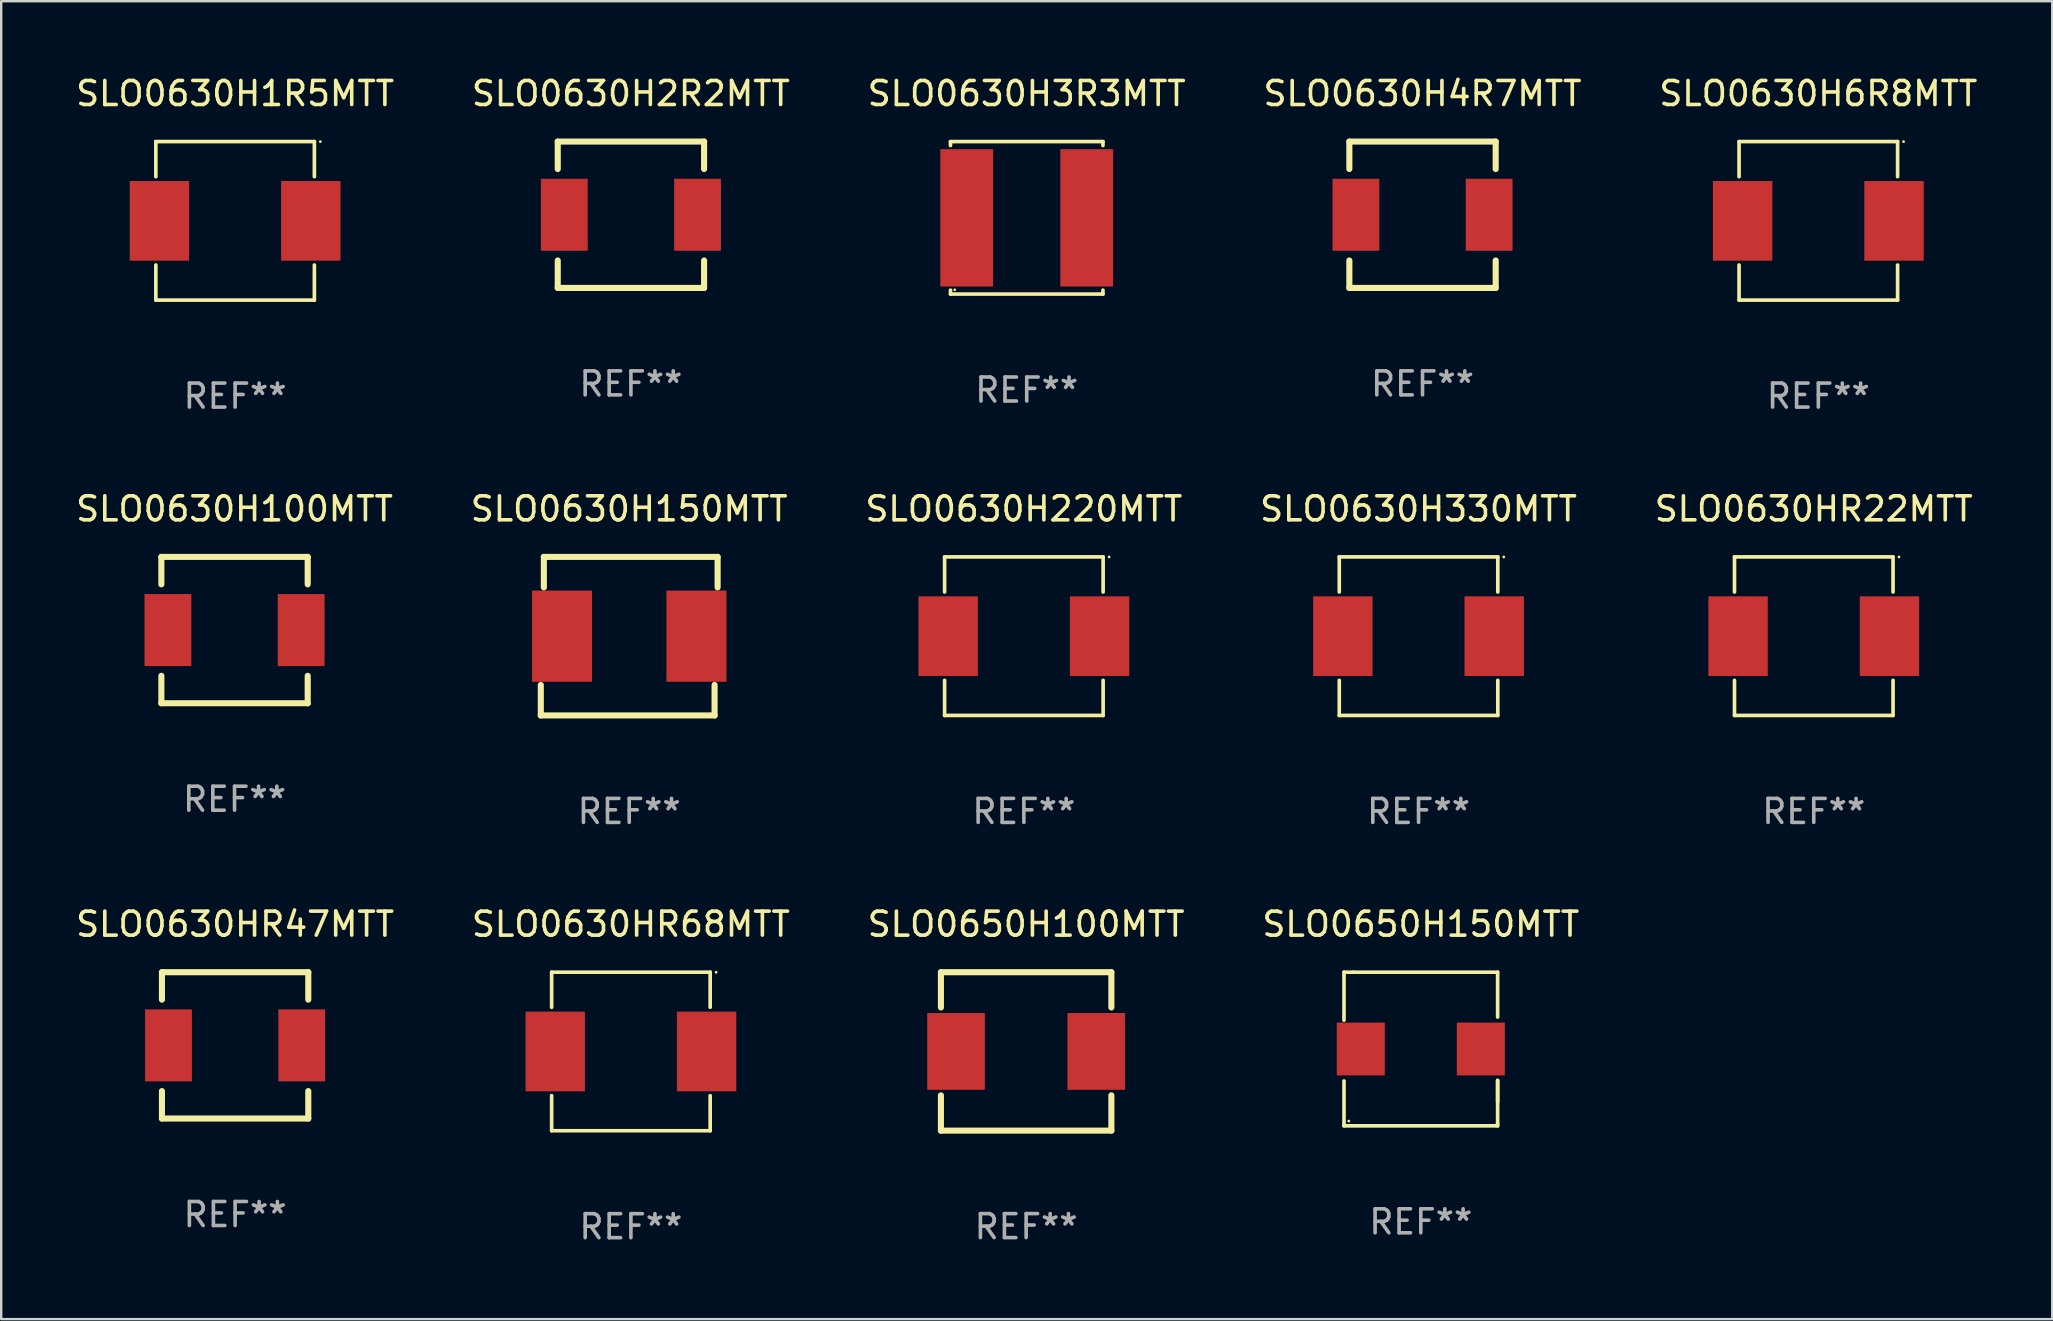
<source format=kicad_pcb>
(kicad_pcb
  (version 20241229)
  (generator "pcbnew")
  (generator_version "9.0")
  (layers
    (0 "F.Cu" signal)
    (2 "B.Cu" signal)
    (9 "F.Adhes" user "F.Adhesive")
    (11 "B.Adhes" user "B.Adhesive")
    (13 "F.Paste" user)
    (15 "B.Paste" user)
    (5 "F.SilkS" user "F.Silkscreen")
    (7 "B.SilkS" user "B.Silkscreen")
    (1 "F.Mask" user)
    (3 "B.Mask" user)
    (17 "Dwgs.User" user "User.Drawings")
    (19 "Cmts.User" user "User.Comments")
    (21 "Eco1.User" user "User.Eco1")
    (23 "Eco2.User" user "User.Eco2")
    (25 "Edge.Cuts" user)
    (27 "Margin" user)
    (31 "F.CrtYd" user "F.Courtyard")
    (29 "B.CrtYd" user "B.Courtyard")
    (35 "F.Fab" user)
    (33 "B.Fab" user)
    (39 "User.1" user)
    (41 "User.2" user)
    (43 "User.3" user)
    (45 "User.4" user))
  (footprint "SLO0630HR47MTT"
    (layer "F.Cu")
    (at 6.744 40.497)
    (property "Reference" "SLO0630HR47MTT" (at 0 -5.048 0) (layer "F.SilkS") (effects (font (size 1 1) (thickness 0.15))))
    (attr through_hole)
    (fp_line (start -3.048 -3.048) (end 3.048 -3.048) (stroke (width 0.254) (type solid)) (layer "F.SilkS"))
    (fp_line (start -3.048 -1.905) (end -3.048 -3.048) (stroke (width 0.254) (type solid)) (layer "F.SilkS"))
    (fp_line (start -3.048 3.048) (end -3.048 1.905) (stroke (width 0.254) (type solid)) (layer "F.SilkS"))
    (fp_line (start 3.048 -3.048) (end 3.048 -1.905) (stroke (width 0.254) (type solid)) (layer "F.SilkS"))
    (fp_line (start 3.048 1.905) (end 3.048 3.048) (stroke (width 0.254) (type solid)) (layer "F.SilkS"))
    (fp_line (start 3.048 3.048) (end -3.048 3.048) (stroke (width 0.254) (type solid)) (layer "F.SilkS"))
    (fp_circle (center 3 -3) (end 3.03 -3) (stroke (width 0.06) (type solid)) (fill no) (layer "F.SilkS"))
    (fp_text user "REF**" (at 0 7.048 0) (layer "F.Fab") (effects (font (size 1 1) (thickness 0.15))))
    (pad "1" smd rect (at 2.775 0) (size 1.95 3) (layers "F.Cu" "F.Mask" "F.Paste"))
    (pad "2" smd rect (at -2.775 0) (size 1.95 3) (layers "F.Cu" "F.Mask" "F.Paste")))
  (footprint "SLO0630H1R5MTT"
    (layer "F.Cu")
    (at 6.744 6.15)
    (property "Reference" "SLO0630H1R5MTT" (at 0 -5.302 0) (layer "F.SilkS") (effects (font (size 1 1) (thickness 0.15))))
    (attr through_hole)
    (fp_line (start -3.302 -3.302) (end -3.302 -1.84) (stroke (width 0.152) (type solid)) (layer "F.SilkS"))
    (fp_line (start -3.302 1.84) (end -3.302 3.302) (stroke (width 0.152) (type solid)) (layer "F.SilkS"))
    (fp_line (start -3.302 3.302) (end 3.302 3.302) (stroke (width 0.152) (type solid)) (layer "F.SilkS"))
    (fp_line (start 3.302 -3.302) (end -3.302 -3.302) (stroke (width 0.152) (type solid)) (layer "F.SilkS"))
    (fp_line (start 3.302 -1.84) (end 3.302 -3.302) (stroke (width 0.152) (type solid)) (layer "F.SilkS"))
    (fp_line (start 3.302 3.302) (end 3.302 1.84) (stroke (width 0.152) (type solid)) (layer "F.SilkS"))
    (fp_circle (center 3.55 -3.3) (end 3.58 -3.3) (stroke (width 0.06) (type solid)) (fill no) (layer "F.SilkS"))
    (fp_text user "REF**" (at 0 7.302 0) (layer "F.Fab") (effects (font (size 1 1) (thickness 0.15))))
    (pad "1" smd rect (at 3.153 0) (size 2.474 3.32) (layers "F.Cu" "F.Mask" "F.Paste"))
    (pad "2" smd rect (at -3.153 0) (size 2.474 3.32) (layers "F.Cu" "F.Mask" "F.Paste")))
  (footprint "SLO0630H6R8MTT"
    (layer "F.Cu")
    (at 72.696 6.15)
    (property "Reference" "SLO0630H6R8MTT" (at 0 -5.302 0) (layer "F.SilkS") (effects (font (size 1 1) (thickness 0.15))))
    (attr through_hole)
    (fp_line (start -3.302 -3.302) (end -3.302 -1.84) (stroke (width 0.152) (type solid)) (layer "F.SilkS"))
    (fp_line (start -3.302 1.84) (end -3.302 3.302) (stroke (width 0.152) (type solid)) (layer "F.SilkS"))
    (fp_line (start -3.302 3.302) (end 3.302 3.302) (stroke (width 0.152) (type solid)) (layer "F.SilkS"))
    (fp_line (start 3.302 -3.302) (end -3.302 -3.302) (stroke (width 0.152) (type solid)) (layer "F.SilkS"))
    (fp_line (start 3.302 -1.84) (end 3.302 -3.302) (stroke (width 0.152) (type solid)) (layer "F.SilkS"))
    (fp_line (start 3.302 3.302) (end 3.302 1.84) (stroke (width 0.152) (type solid)) (layer "F.SilkS"))
    (fp_circle (center 3.55 -3.3) (end 3.58 -3.3) (stroke (width 0.06) (type solid)) (fill no) (layer "F.SilkS"))
    (fp_text user "REF**" (at 0 7.302 0) (layer "F.Fab") (effects (font (size 1 1) (thickness 0.15))))
    (pad "1" smd rect (at 3.153 0) (size 2.474 3.32) (layers "F.Cu" "F.Mask" "F.Paste"))
    (pad "2" smd rect (at -3.153 0) (size 2.474 3.32) (layers "F.Cu" "F.Mask" "F.Paste")))
  (footprint "SLO0650H150MTT"
    (layer "F.Cu")
    (at 56.137 40.649)
    (property "Reference" "SLO0650H150MTT" (at 0 -5.2 0) (layer "F.SilkS") (effects (font (size 1 1) (thickness 0.15))))
    (attr through_hole)
    (fp_line (start -3.2 -1.2) (end -3.2 -3.2) (stroke (width 0.152) (type solid)) (layer "F.SilkS"))
    (fp_line (start -3.2 3.2) (end -3.2 1.331) (stroke (width 0.152) (type solid)) (layer "F.SilkS"))
    (fp_line (start -2.8 -3.2) (end -3.2 -3.2) (stroke (width 0.152) (type solid)) (layer "F.SilkS"))
    (fp_line (start -2.8 -3.2) (end 3.2 -3.2) (stroke (width 0.152) (type solid)) (layer "F.SilkS"))
    (fp_line (start 3.2 -3.2) (end 3.2 -1.331) (stroke (width 0.152) (type solid)) (layer "F.SilkS"))
    (fp_line (start 3.2 1.3) (end 3.2 3.1) (stroke (width 0.152) (type solid)) (layer "F.SilkS"))
    (fp_line (start 3.2 1.331) (end 3.2 2.2) (stroke (width 0.152) (type solid)) (layer "F.SilkS"))
    (fp_line (start 3.2 3.1) (end 3.2 3.2) (stroke (width 0.152) (type solid)) (layer "F.SilkS"))
    (fp_line (start 3.2 3.2) (end -3.2 3.2) (stroke (width 0.152) (type solid)) (layer "F.SilkS"))
    (fp_circle (center -3 3) (end -2.97 3) (stroke (width 0.06) (type solid)) (fill no) (layer "F.SilkS"))
    (fp_text user "REF**" (at 0 7.2 0) (layer "F.Fab") (effects (font (size 1 1) (thickness 0.15))))
    (pad "1" smd rect (at -2.5 -0.000025 180) (size 2 2.2) (layers "F.Cu" "F.Mask" "F.Paste"))
    (pad "2" smd rect (at 2.5 -0.000025 180) (size 2 2.2) (layers "F.Cu" "F.Mask" "F.Paste")))
  (footprint "SLO0630H150MTT"
    (layer "F.Cu")
    (at 23.161 23.451)
    (property "Reference" "SLO0630H150MTT" (at 0 -5.302 0) (layer "F.SilkS") (effects (font (size 1 1) (thickness 0.15))))
    (attr through_hole)
    (fp_line (start -3.683 3.302) (end -3.683 2.032) (stroke (width 0.254) (type solid)) (layer "F.SilkS"))
    (fp_line (start -3.556 -3.302) (end 3.683 -3.302) (stroke (width 0.254) (type solid)) (layer "F.SilkS"))
    (fp_line (start -3.556 -2.032) (end -3.556 -3.302) (stroke (width 0.254) (type solid)) (layer "F.SilkS"))
    (fp_line (start 3.556 2.032) (end 3.556 3.302) (stroke (width 0.254) (type solid)) (layer "F.SilkS"))
    (fp_line (start 3.556 3.302) (end -3.683 3.302) (stroke (width 0.254) (type solid)) (layer "F.SilkS"))
    (fp_line (start 3.683 -3.302) (end 3.683 -2.032) (stroke (width 0.254) (type solid)) (layer "F.SilkS"))
    (fp_circle (center -3.55 3.3) (end -3.52 3.3) (stroke (width 0.06) (type solid)) (fill no) (layer "F.SilkS"))
    (fp_text user "REF**" (at 0 7.302 0) (layer "F.Fab") (effects (font (size 1 1) (thickness 0.15))))
    (pad "1" smd rect (at -2.8 0) (size 2.5 3.8) (layers "F.Cu" "F.Mask" "F.Paste"))
    (pad "2" smd rect (at 2.8 0) (size 2.5 3.8) (layers "F.Cu" "F.Mask" "F.Paste")))
  (footprint "SLO0630H220MTT"
    (layer "F.Cu")
    (at 39.601 23.451)
    (property "Reference" "SLO0630H220MTT" (at 0 -5.302 0) (layer "F.SilkS") (effects (font (size 1 1) (thickness 0.15))))
    (attr through_hole)
    (fp_line (start -3.302 -3.302) (end -3.302 -1.84) (stroke (width 0.152) (type solid)) (layer "F.SilkS"))
    (fp_line (start -3.302 1.84) (end -3.302 3.302) (stroke (width 0.152) (type solid)) (layer "F.SilkS"))
    (fp_line (start -3.302 3.302) (end 3.302 3.302) (stroke (width 0.152) (type solid)) (layer "F.SilkS"))
    (fp_line (start 3.302 -3.302) (end -3.302 -3.302) (stroke (width 0.152) (type solid)) (layer "F.SilkS"))
    (fp_line (start 3.302 -1.84) (end 3.302 -3.302) (stroke (width 0.152) (type solid)) (layer "F.SilkS"))
    (fp_line (start 3.302 3.302) (end 3.302 1.84) (stroke (width 0.152) (type solid)) (layer "F.SilkS"))
    (fp_circle (center 3.55 -3.3) (end 3.58 -3.3) (stroke (width 0.06) (type solid)) (fill no) (layer "F.SilkS"))
    (fp_text user "REF**" (at 0 7.302 0) (layer "F.Fab") (effects (font (size 1 1) (thickness 0.15))))
    (pad "1" smd rect (at 3.153 0) (size 2.474 3.32) (layers "F.Cu" "F.Mask" "F.Paste"))
    (pad "2" smd rect (at -3.153 0) (size 2.474 3.32) (layers "F.Cu" "F.Mask" "F.Paste")))
  (footprint "SLO0630H2R2MTT"
    (layer "F.Cu")
    (at 23.232 5.896)
    (property "Reference" "SLO0630H2R2MTT" (at 0 -5.048 0) (layer "F.SilkS") (effects (font (size 1 1) (thickness 0.15))))
    (attr through_hole)
    (fp_line (start -3.048 -3.048) (end 3.048 -3.048) (stroke (width 0.254) (type solid)) (layer "F.SilkS"))
    (fp_line (start -3.048 -1.905) (end -3.048 -3.048) (stroke (width 0.254) (type solid)) (layer "F.SilkS"))
    (fp_line (start -3.048 3.048) (end -3.048 1.905) (stroke (width 0.254) (type solid)) (layer "F.SilkS"))
    (fp_line (start 3.048 -3.048) (end 3.048 -1.905) (stroke (width 0.254) (type solid)) (layer "F.SilkS"))
    (fp_line (start 3.048 1.905) (end 3.048 3.048) (stroke (width 0.254) (type solid)) (layer "F.SilkS"))
    (fp_line (start 3.048 3.048) (end -3.048 3.048) (stroke (width 0.254) (type solid)) (layer "F.SilkS"))
    (fp_circle (center 3 -3) (end 3.03 -3) (stroke (width 0.06) (type solid)) (fill no) (layer "F.SilkS"))
    (fp_text user "REF**" (at 0 7.048 0) (layer "F.Fab") (effects (font (size 1 1) (thickness 0.15))))
    (pad "1" smd rect (at 2.775 0) (size 1.95 3) (layers "F.Cu" "F.Mask" "F.Paste"))
    (pad "2" smd rect (at -2.775 0) (size 1.95 3) (layers "F.Cu" "F.Mask" "F.Paste")))
  (footprint "SLO0630H330MTT"
    (layer "F.Cu")
    (at 56.042 23.451)
    (property "Reference" "SLO0630H330MTT" (at 0 -5.302 0) (layer "F.SilkS") (effects (font (size 1 1) (thickness 0.15))))
    (attr through_hole)
    (fp_line (start -3.302 -3.302) (end -3.302 -1.84) (stroke (width 0.152) (type solid)) (layer "F.SilkS"))
    (fp_line (start -3.302 1.84) (end -3.302 3.302) (stroke (width 0.152) (type solid)) (layer "F.SilkS"))
    (fp_line (start -3.302 3.302) (end 3.302 3.302) (stroke (width 0.152) (type solid)) (layer "F.SilkS"))
    (fp_line (start 3.302 -3.302) (end -3.302 -3.302) (stroke (width 0.152) (type solid)) (layer "F.SilkS"))
    (fp_line (start 3.302 -1.84) (end 3.302 -3.302) (stroke (width 0.152) (type solid)) (layer "F.SilkS"))
    (fp_line (start 3.302 3.302) (end 3.302 1.84) (stroke (width 0.152) (type solid)) (layer "F.SilkS"))
    (fp_circle (center 3.55 -3.3) (end 3.58 -3.3) (stroke (width 0.06) (type solid)) (fill no) (layer "F.SilkS"))
    (fp_text user "REF**" (at 0 7.302 0) (layer "F.Fab") (effects (font (size 1 1) (thickness 0.15))))
    (pad "1" smd rect (at 3.153 0) (size 2.474 3.32) (layers "F.Cu" "F.Mask" "F.Paste"))
    (pad "2" smd rect (at -3.153 0) (size 2.474 3.32) (layers "F.Cu" "F.Mask" "F.Paste")))
  (footprint "SLO0630H3R3MTT"
    (layer "F.Cu")
    (at 39.72 6.024)
    (property "Reference" "SLO0630H3R3MTT" (at 0 -5.176 0) (layer "F.SilkS") (effects (font (size 1 1) (thickness 0.15))))
    (attr through_hole)
    (fp_line (start -3.176 -3.176) (end 3.176 -3.176) (stroke (width 0.152) (type solid)) (layer "F.SilkS"))
    (fp_line (start -3.176 -3.012) (end -3.176 -3.176) (stroke (width 0.152) (type solid)) (layer "F.SilkS"))
    (fp_line (start -3.176 3.012) (end -3.176 3.176) (stroke (width 0.152) (type solid)) (layer "F.SilkS"))
    (fp_line (start -3.176 3.176) (end 3.176 3.176) (stroke (width 0.152) (type solid)) (layer "F.SilkS"))
    (fp_line (start 3.176 -3.176) (end 3.176 -3.012) (stroke (width 0.152) (type solid)) (layer "F.SilkS"))
    (fp_line (start 3.176 3.176) (end 3.176 3.012) (stroke (width 0.152) (type solid)) (layer "F.SilkS"))
    (fp_circle (center -3 3) (end -2.97 3) (stroke (width 0.06) (type solid)) (fill no) (layer "F.SilkS"))
    (fp_text user "REF**" (at 0 7.176 0) (layer "F.Fab") (effects (font (size 1 1) (thickness 0.15))))
    (pad "1" smd rect (at -2.5 0) (size 2.2 5.72) (layers "F.Cu" "F.Mask" "F.Paste"))
    (pad "2" smd rect (at 2.5 0) (size 2.2 5.72) (layers "F.Cu" "F.Mask" "F.Paste")))
  (footprint "SLO0650H100MTT"
    (layer "F.Cu")
    (at 39.696 40.749)
    (property "Reference" "SLO0650H100MTT" (at 0 -5.3 0) (layer "F.SilkS") (effects (font (size 1 1) (thickness 0.15))))
    (attr through_hole)
    (fp_line (start -3.55 -3.3) (end 3.55 -3.3) (stroke (width 0.254) (type solid)) (layer "F.SilkS"))
    (fp_line (start -3.55 -1.831) (end -3.55 -3.3) (stroke (width 0.254) (type solid)) (layer "F.SilkS"))
    (fp_line (start -3.55 3.3) (end -3.55 1.831) (stroke (width 0.254) (type solid)) (layer "F.SilkS"))
    (fp_line (start -3.55 3.3) (end 3.55 3.3) (stroke (width 0.254) (type solid)) (layer "F.SilkS"))
    (fp_line (start 3.55 -1.831) (end 3.55 -3.3) (stroke (width 0.254) (type solid)) (layer "F.SilkS"))
    (fp_line (start 3.55 3.3) (end 3.55 1.831) (stroke (width 0.254) (type solid)) (layer "F.SilkS"))
    (fp_circle (center -3.55 3.3) (end -3.52 3.3) (stroke (width 0.06) (type solid)) (fill no) (layer "F.SilkS"))
    (fp_text user "REF**" (at 0 7.3 0) (layer "F.Fab") (effects (font (size 1 1) (thickness 0.15))))
    (pad "1" smd rect (at -2.921 0) (size 2.4 3.2) (layers "F.Cu" "F.Mask" "F.Paste"))
    (pad "2" smd rect (at 2.921 0) (size 2.4 3.2) (layers "F.Cu" "F.Mask" "F.Paste")))
  (footprint "SLO0630HR68MTT"
    (layer "F.Cu")
    (at 23.232 40.751)
    (property "Reference" "SLO0630HR68MTT" (at 0 -5.302 0) (layer "F.SilkS") (effects (font (size 1 1) (thickness 0.15))))
    (attr through_hole)
    (fp_line (start -3.302 -3.302) (end -3.302 -1.84) (stroke (width 0.152) (type solid)) (layer "F.SilkS"))
    (fp_line (start -3.302 1.84) (end -3.302 3.302) (stroke (width 0.152) (type solid)) (layer "F.SilkS"))
    (fp_line (start -3.302 3.302) (end 3.302 3.302) (stroke (width 0.152) (type solid)) (layer "F.SilkS"))
    (fp_line (start 3.302 -3.302) (end -3.302 -3.302) (stroke (width 0.152) (type solid)) (layer "F.SilkS"))
    (fp_line (start 3.302 -1.84) (end 3.302 -3.302) (stroke (width 0.152) (type solid)) (layer "F.SilkS"))
    (fp_line (start 3.302 3.302) (end 3.302 1.84) (stroke (width 0.152) (type solid)) (layer "F.SilkS"))
    (fp_circle (center 3.55 -3.3) (end 3.58 -3.3) (stroke (width 0.06) (type solid)) (fill no) (layer "F.SilkS"))
    (fp_text user "REF**" (at 0 7.302 0) (layer "F.Fab") (effects (font (size 1 1) (thickness 0.15))))
    (pad "1" smd rect (at 3.153 0) (size 2.474 3.32) (layers "F.Cu" "F.Mask" "F.Paste"))
    (pad "2" smd rect (at -3.153 0) (size 2.474 3.32) (layers "F.Cu" "F.Mask" "F.Paste")))
  (footprint "SLO0630H4R7MTT"
    (layer "F.Cu")
    (at 56.208 5.896)
    (property "Reference" "SLO0630H4R7MTT" (at 0 -5.048 0) (layer "F.SilkS") (effects (font (size 1 1) (thickness 0.15))))
    (attr through_hole)
    (fp_line (start -3.048 -3.048) (end 3.048 -3.048) (stroke (width 0.254) (type solid)) (layer "F.SilkS"))
    (fp_line (start -3.048 -1.905) (end -3.048 -3.048) (stroke (width 0.254) (type solid)) (layer "F.SilkS"))
    (fp_line (start -3.048 3.048) (end -3.048 1.905) (stroke (width 0.254) (type solid)) (layer "F.SilkS"))
    (fp_line (start 3.048 -3.048) (end 3.048 -1.905) (stroke (width 0.254) (type solid)) (layer "F.SilkS"))
    (fp_line (start 3.048 1.905) (end 3.048 3.048) (stroke (width 0.254) (type solid)) (layer "F.SilkS"))
    (fp_line (start 3.048 3.048) (end -3.048 3.048) (stroke (width 0.254) (type solid)) (layer "F.SilkS"))
    (fp_circle (center 3 -3) (end 3.03 -3) (stroke (width 0.06) (type solid)) (fill no) (layer "F.SilkS"))
    (fp_text user "REF**" (at 0 7.048 0) (layer "F.Fab") (effects (font (size 1 1) (thickness 0.15))))
    (pad "1" smd rect (at 2.775 0) (size 1.95 3) (layers "F.Cu" "F.Mask" "F.Paste"))
    (pad "2" smd rect (at -2.775 0) (size 1.95 3) (layers "F.Cu" "F.Mask" "F.Paste")))
  (footprint "SLO0630HR22MTT"
    (layer "F.Cu")
    (at 72.506 23.451)
    (property "Reference" "SLO0630HR22MTT" (at 0 -5.302 0) (layer "F.SilkS") (effects (font (size 1 1) (thickness 0.15))))
    (attr through_hole)
    (fp_line (start -3.302 -3.302) (end -3.302 -1.84) (stroke (width 0.152) (type solid)) (layer "F.SilkS"))
    (fp_line (start -3.302 1.84) (end -3.302 3.302) (stroke (width 0.152) (type solid)) (layer "F.SilkS"))
    (fp_line (start -3.302 3.302) (end 3.302 3.302) (stroke (width 0.152) (type solid)) (layer "F.SilkS"))
    (fp_line (start 3.302 -3.302) (end -3.302 -3.302) (stroke (width 0.152) (type solid)) (layer "F.SilkS"))
    (fp_line (start 3.302 -1.84) (end 3.302 -3.302) (stroke (width 0.152) (type solid)) (layer "F.SilkS"))
    (fp_line (start 3.302 3.302) (end 3.302 1.84) (stroke (width 0.152) (type solid)) (layer "F.SilkS"))
    (fp_circle (center 3.55 -3.3) (end 3.58 -3.3) (stroke (width 0.06) (type solid)) (fill no) (layer "F.SilkS"))
    (fp_text user "REF**" (at 0 7.302 0) (layer "F.Fab") (effects (font (size 1 1) (thickness 0.15))))
    (pad "1" smd rect (at 3.153 0) (size 2.474 3.32) (layers "F.Cu" "F.Mask" "F.Paste"))
    (pad "2" smd rect (at -3.153 0) (size 2.474 3.32) (layers "F.Cu" "F.Mask" "F.Paste")))
  (footprint "SLO0630H100MTT"
    (layer "F.Cu")
    (at 6.72 23.197)
    (property "Reference" "SLO0630H100MTT" (at 0 -5.048 0) (layer "F.SilkS") (effects (font (size 1 1) (thickness 0.15))))
    (attr through_hole)
    (fp_line (start -3.048 -3.048) (end 3.048 -3.048) (stroke (width 0.254) (type solid)) (layer "F.SilkS"))
    (fp_line (start -3.048 -1.905) (end -3.048 -3.048) (stroke (width 0.254) (type solid)) (layer "F.SilkS"))
    (fp_line (start -3.048 3.048) (end -3.048 1.905) (stroke (width 0.254) (type solid)) (layer "F.SilkS"))
    (fp_line (start 3.048 -3.048) (end 3.048 -1.905) (stroke (width 0.254) (type solid)) (layer "F.SilkS"))
    (fp_line (start 3.048 1.905) (end 3.048 3.048) (stroke (width 0.254) (type solid)) (layer "F.SilkS"))
    (fp_line (start 3.048 3.048) (end -3.048 3.048) (stroke (width 0.254) (type solid)) (layer "F.SilkS"))
    (fp_circle (center 3 -3) (end 3.03 -3) (stroke (width 0.06) (type solid)) (fill no) (layer "F.SilkS"))
    (fp_text user "REF**" (at 0 7.048 0) (layer "F.Fab") (effects (font (size 1 1) (thickness 0.15))))
    (pad "1" smd rect (at 2.775 0) (size 1.95 3) (layers "F.Cu" "F.Mask" "F.Paste"))
    (pad "2" smd rect (at -2.775 0) (size 1.95 3) (layers "F.Cu" "F.Mask" "F.Paste")))
  (gr_rect
    (start -3 -3)
    (end 82.44 51.902)
    (stroke (width 0.1) (type default))
    (fill no)
    (layer "Edge.Cuts")))
</source>
